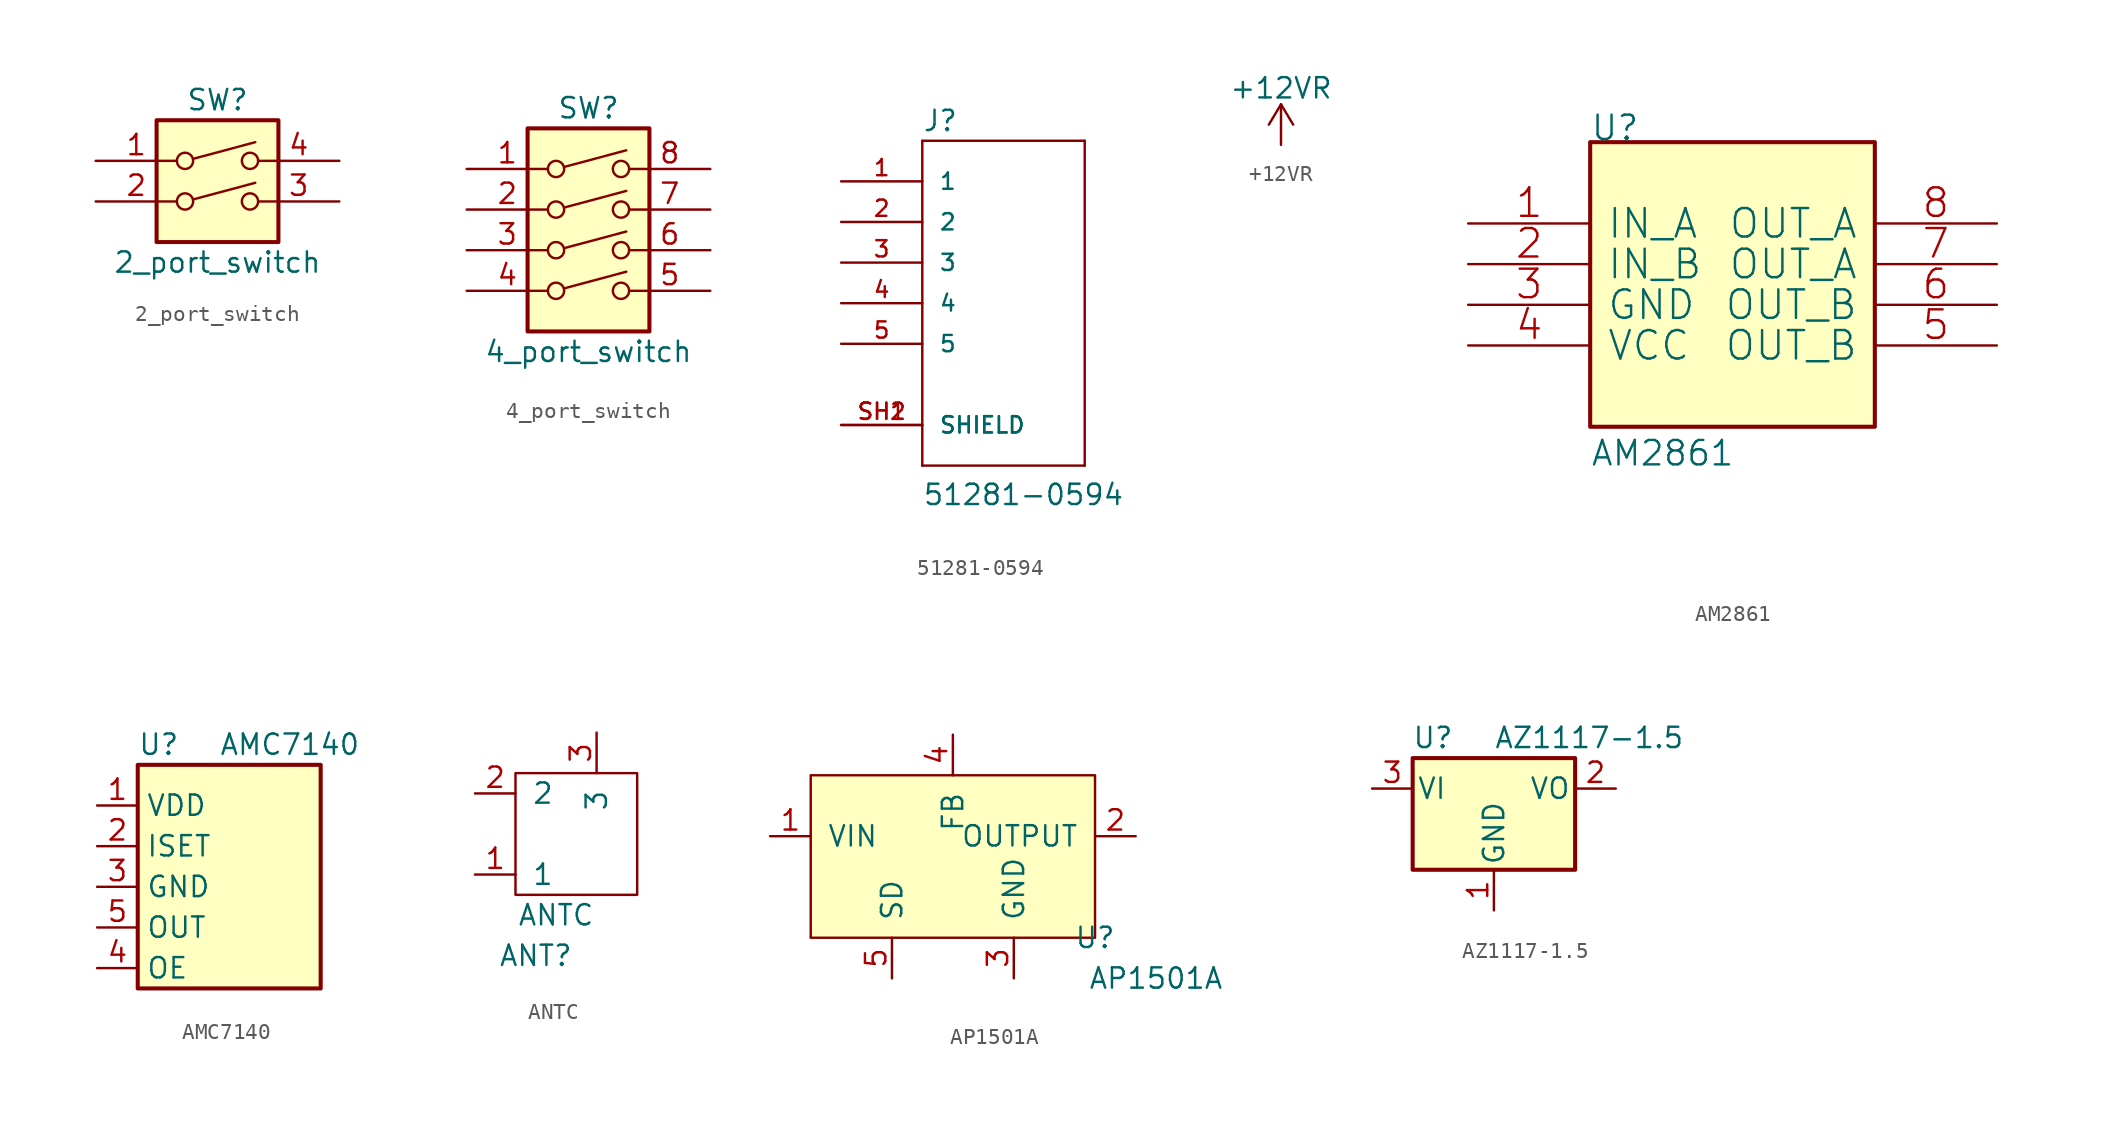
<source format=kicad_sym>
(kicad_symbol_lib
  (version 20201005)
  (generator kicad_symbol_editor)
  (symbol "mSchLibrary:2_port_switch"
    (pin_names
      (offset 0) hide)
    (property "Reference" "SW"
      (at 0 6.35 0)
      (effects (font (size 1.27 1.27))))
    (property "Value" "2_port_switch"
      (at 0 -3.81 0)
      (effects (font (size 1.27 1.27))))
    (symbol "2_port_switch_0_0"
      (circle (center -2.032 0) (radius 0.508) (stroke (width 0)) (fill (type none)))
      (circle (center -2.032 2.54) (radius 0.508) (stroke (width 0)) (fill (type none)))
      (circle (center 2.032 0) (radius 0.508) (stroke (width 0)) (fill (type none)))
      (circle (center 2.032 2.54) (radius 0.508) (stroke (width 0)) (fill (type none)))
      (polyline (pts (xy -1.524 0.127) (xy 2.362 1.168)) (stroke (width 0)) (fill (type none)))
      (polyline (pts (xy -1.524 2.667) (xy 2.362 3.708)) (stroke (width 0)) (fill (type none))))
    (symbol "2_port_switch_0_1"
      (rectangle (start -3.81 5.08) (end 3.81 -2.54) (stroke (width 0.254)) (fill (type background))))
    (symbol "2_port_switch_1_1"
      (pin passive line (at -7.62 2.54 0) (length 5.08) (name "~" (effects (font (size 1.27 1.27)))) (number "1" (effects (font (size 1.27 1.27)))))
      (pin passive line (at -7.62 0 0) (length 5.08) (name "~" (effects (font (size 1.27 1.27)))) (number "2" (effects (font (size 1.27 1.27)))))
      (pin passive line (at 7.62 0 180) (length 5.08) (name "~" (effects (font (size 1.27 1.27)))) (number "3" (effects (font (size 1.27 1.27)))))
      (pin passive line (at 7.62 2.54 180) (length 5.08) (name "~" (effects (font (size 1.27 1.27)))) (number "4" (effects (font (size 1.27 1.27)))))))
  (symbol "mSchLibrary:4_port_switch"
    (pin_names
      (offset 0) hide)
    (property "Reference" "SW"
      (at 0 8.89 0)
      (effects (font (size 1.27 1.27))))
    (property "Value" "4_port_switch"
      (at 0 -6.35 0)
      (effects (font (size 1.27 1.27))))
    (symbol "4_port_switch_0_0"
      (circle (center -2.032 -2.54) (radius 0.508) (stroke (width 0)) (fill (type none)))
      (circle (center -2.032 0) (radius 0.508) (stroke (width 0)) (fill (type none)))
      (circle (center -2.032 2.54) (radius 0.508) (stroke (width 0)) (fill (type none)))
      (circle (center -2.032 5.08) (radius 0.508) (stroke (width 0)) (fill (type none)))
      (circle (center 2.032 -2.54) (radius 0.508) (stroke (width 0)) (fill (type none)))
      (circle (center 2.032 0) (radius 0.508) (stroke (width 0)) (fill (type none)))
      (circle (center 2.032 2.54) (radius 0.508) (stroke (width 0)) (fill (type none)))
      (circle (center 2.032 5.08) (radius 0.508) (stroke (width 0)) (fill (type none)))
      (polyline (pts (xy -1.524 -2.388) (xy 2.362 -1.346)) (stroke (width 0)) (fill (type none)))
      (polyline (pts (xy -1.524 0.127) (xy 2.362 1.168)) (stroke (width 0)) (fill (type none)))
      (polyline (pts (xy -1.524 2.667) (xy 2.362 3.708)) (stroke (width 0)) (fill (type none)))
      (polyline (pts (xy -1.524 5.207) (xy 2.362 6.248)) (stroke (width 0)) (fill (type none))))
    (symbol "4_port_switch_0_1"
      (rectangle (start -3.81 7.62) (end 3.81 -5.08) (stroke (width 0.254)) (fill (type background))))
    (symbol "4_port_switch_1_1"
      (pin passive line (at -7.62 5.08 0) (length 5.08) (name "~" (effects (font (size 1.27 1.27)))) (number "1" (effects (font (size 1.27 1.27)))))
      (pin passive line (at -7.62 2.54 0) (length 5.08) (name "~" (effects (font (size 1.27 1.27)))) (number "2" (effects (font (size 1.27 1.27)))))
      (pin passive line (at -7.62 0 0) (length 5.08) (name "~" (effects (font (size 1.27 1.27)))) (number "3" (effects (font (size 1.27 1.27)))))
      (pin passive line (at -7.62 -2.54 0) (length 5.08) (name "~" (effects (font (size 1.27 1.27)))) (number "4" (effects (font (size 1.27 1.27)))))
      (pin passive line (at 7.62 -2.54 180) (length 5.08) (name "~" (effects (font (size 1.27 1.27)))) (number "5" (effects (font (size 1.27 1.27)))))
      (pin passive line (at 7.62 0 180) (length 5.08) (name "~" (effects (font (size 1.27 1.27)))) (number "6" (effects (font (size 1.27 1.27)))))
      (pin passive line (at 7.62 2.54 180) (length 5.08) (name "~" (effects (font (size 1.27 1.27)))) (number "7" (effects (font (size 1.27 1.27)))))
      (pin passive line (at 7.62 5.08 180) (length 5.08) (name "~" (effects (font (size 1.27 1.27)))) (number "8" (effects (font (size 1.27 1.27)))))))
  (symbol "mSchLibrary:51281-0594"
    (pin_names
      (offset 1.016))
    (property "Reference" "J"
      (at -5.08 10.668 0)
      (effects (font (size 1.27 1.27)) (justify left bottom)))
    (property "Value" "51281-0594"
      (at -5.08 -12.725 0)
      (effects (font (size 1.27 1.27)) (justify left bottom)))
    (property "ki_locked" ""
      (at 0 0 0)
      (effects (font (size 1.27 1.27))))
    (symbol "51281-0594_0_0"
      (polyline (pts (xy -5.08 -10.16) (xy -5.08 10.16)) (stroke (width 0.152)) (fill (type none)))
      (polyline (pts (xy -5.08 10.16) (xy 5.08 10.16)) (stroke (width 0.152)) (fill (type none)))
      (polyline (pts (xy 5.08 -10.16) (xy -5.08 -10.16)) (stroke (width 0.152)) (fill (type none)))
      (polyline (pts (xy 5.08 10.16) (xy 5.08 -10.16)) (stroke (width 0.152)) (fill (type none)))
      (pin passive line (at -10.16 7.62 0) (length 5.08) (name "1" (effects (font (size 1.016 1.016)))) (number "1" (effects (font (size 1.016 1.016)))))
      (pin passive line (at -10.16 5.08 0) (length 5.08) (name "2" (effects (font (size 1.016 1.016)))) (number "2" (effects (font (size 1.016 1.016)))))
      (pin passive line (at -10.16 2.54 0) (length 5.08) (name "3" (effects (font (size 1.016 1.016)))) (number "3" (effects (font (size 1.016 1.016)))))
      (pin passive line (at -10.16 0 0) (length 5.08) (name "4" (effects (font (size 1.016 1.016)))) (number "4" (effects (font (size 1.016 1.016)))))
      (pin passive line (at -10.16 -2.54 0) (length 5.08) (name "5" (effects (font (size 1.016 1.016)))) (number "5" (effects (font (size 1.016 1.016)))))
      (pin passive line (at -10.16 -7.62 0) (length 5.08) (name "SHIELD" (effects (font (size 1.016 1.016)))) (number "SH1" (effects (font (size 1.016 1.016)))))
      (pin passive line (at -10.16 -7.62 0) (length 5.08) (name "SHIELD" (effects (font (size 1.016 1.016)))) (number "SH2" (effects (font (size 1.016 1.016)))))))
  (symbol "mSchLibrary:+12VR"
    (power)
    (pin_names
      (offset 0))
    (property "Reference" "#PWR"
      (at 0 -3.81 0)
      (effects (font (size 1.27 1.27)) hide))
    (property "Value" "+12VR"
      (at 0 3.556 0)
      (effects (font (size 1.27 1.27))))
    (symbol "+12VR_0_1"
      (polyline (pts (xy -0.762 1.27) (xy 0 2.54)) (stroke (width 0)) (fill (type none)))
      (polyline (pts (xy 0 0) (xy 0 2.54)) (stroke (width 0)) (fill (type none)))
      (polyline (pts (xy 0 2.54) (xy 0.762 1.27)) (stroke (width 0)) (fill (type none))))
    (symbol "+12VR_1_1"
      (pin power_in line (at 0 0 90) (length 0) hide (name "+12VR" (effects (font (size 1.27 1.27)))) (number "1" (effects (font (size 1.27 1.27)))))))
  (symbol "mSchLibrary:AM2861"
    (pin_names
      (offset 1.016))
    (property "Reference" "U"
      (at -10.16 25.4 0)
      (effects (font (size 1.524 1.524)) (justify left bottom)))
    (property "Value" "AM2861"
      (at -10.16 5.08 0)
      (effects (font (size 1.524 1.524)) (justify left bottom)))
    (property "Footprint" ""
      (at 0 0 0)
      (effects (font (size 1.524 1.524))))
    (property "Datasheet" ""
      (at 0 0 0)
      (effects (font (size 1.524 1.524))))
    (symbol "AM2861_0_1"
      (rectangle (start -10.16 7.62) (end 7.62 25.4) (stroke (width 0.254)) (fill (type background)))
      (pin passive line (at -17.78 20.32 0) (length 7.62) (name "IN_A" (effects (font (size 1.778 1.778)))) (number "1" (effects (font (size 1.778 1.778)))))
      (pin passive line (at -17.78 17.78 0) (length 7.62) (name "IN_B" (effects (font (size 1.778 1.778)))) (number "2" (effects (font (size 1.778 1.778)))))
      (pin passive line (at -17.78 15.24 0) (length 7.62) (name "GND" (effects (font (size 1.778 1.778)))) (number "3" (effects (font (size 1.778 1.778)))))
      (pin passive line (at -17.78 12.7 0) (length 7.62) (name "VCC" (effects (font (size 1.778 1.778)))) (number "4" (effects (font (size 1.778 1.778)))))
      (pin passive line (at 15.24 12.7 180) (length 7.62) (name "OUT_B" (effects (font (size 1.778 1.778)))) (number "5" (effects (font (size 1.778 1.778)))))
      (pin passive line (at 15.24 15.24 180) (length 7.62) (name "OUT_B" (effects (font (size 1.778 1.778)))) (number "6" (effects (font (size 1.778 1.778)))))
      (pin passive line (at 15.24 17.78 180) (length 7.62) (name "OUT_A" (effects (font (size 1.778 1.778)))) (number "7" (effects (font (size 1.778 1.778)))))
      (pin passive line (at 15.24 20.32 180) (length 7.62) (name "OUT_A" (effects (font (size 1.778 1.778)))) (number "8" (effects (font (size 1.778 1.778)))))))
  (symbol "mSchLibrary:AMC7140"
    (property "Reference" "U"
      (at -5.08 6.35 0)
      (effects (font (size 1.27 1.27)) (justify left)))
    (property "Value" "AMC7140"
      (at 0 6.35 0)
      (effects (font (size 1.27 1.27)) (justify left)))
    (symbol "AMC7140_0_1"
      (rectangle (start -5.08 5.08) (end 6.35 -8.89) (stroke (width 0.254)) (fill (type background))))
    (symbol "AMC7140_1_1"
      (pin power_in line (at -7.62 2.54 0) (length 2.54) (name "VDD" (effects (font (size 1.27 1.27)))) (number "1" (effects (font (size 1.27 1.27)))))
      (pin input line (at -7.62 0 0) (length 2.54) (name "ISET" (effects (font (size 1.27 1.27)))) (number "2" (effects (font (size 1.27 1.27)))))
      (pin power_in line (at -7.62 -2.54 0) (length 2.54) (name "GND" (effects (font (size 1.27 1.27)))) (number "3" (effects (font (size 1.27 1.27)))))
      (pin input line (at -7.62 -7.62 0) (length 2.54) (name "OE" (effects (font (size 1.27 1.27)))) (number "4" (effects (font (size 1.27 1.27)))))
      (pin output line (at -7.62 -5.08 0) (length 2.54) (name "OUT" (effects (font (size 1.27 1.27)))) (number "5" (effects (font (size 1.27 1.27)))))))
  (symbol "mSchLibrary:ANTC"
    (pin_names
      (offset 1.016))
    (property "Reference" "ANT"
      (at -1.27 -7.62 0)
      (effects (font (size 1.27 1.27))))
    (property "Value" "ANTC"
      (at 0 -5.08 0)
      (effects (font (size 1.27 1.27))))
    (symbol "ANTC_0_0"
      (pin unspecified line (at -5.08 -2.54 0) (length 2.54) (name "1" (effects (font (size 1.27 1.27)))) (number "1" (effects (font (size 1.27 1.27)))))
      (pin unspecified line (at -5.08 2.54 0) (length 2.54) (name "2" (effects (font (size 1.27 1.27)))) (number "2" (effects (font (size 1.27 1.27)))))
      (pin unspecified line (at 2.54 6.35 270) (length 2.54) (name "3" (effects (font (size 1.27 1.27)))) (number "3" (effects (font (size 1.27 1.27))))))
    (symbol "ANTC_0_1"
      (rectangle (start -2.54 3.81) (end 5.08 -3.81) (stroke (width 0)) (fill (type none)))))
  (symbol "mSchLibrary:AP1501A"
    (pin_names
      (offset 1.016))
    (property "Reference" "U"
      (at 8.89 -5.08 0)
      (effects (font (size 1.27 1.27))))
    (property "Value" "AP1501A"
      (at 12.7 -7.62 0)
      (effects (font (size 1.27 1.27))))
    (symbol "AP1501A_0_0"
      (pin power_in line (at -11.43 1.27 0) (length 2.54) (name "VIN" (effects (font (size 1.27 1.27)))) (number "1" (effects (font (size 1.27 1.27)))))
      (pin power_out line (at 11.43 1.27 180) (length 2.54) (name "OUTPUT" (effects (font (size 1.27 1.27)))) (number "2" (effects (font (size 1.27 1.27)))))
      (pin power_in line (at 3.81 -7.62 90) (length 2.54) (name "GND" (effects (font (size 1.27 1.27)))) (number "3" (effects (font (size 1.27 1.27)))))
      (pin input line (at 0 7.62 270) (length 2.54) (name "FB" (effects (font (size 1.27 1.27)))) (number "4" (effects (font (size 1.27 1.27)))))
      (pin input line (at -3.81 -7.62 90) (length 2.54) (name "SD" (effects (font (size 1.27 1.27)))) (number "5" (effects (font (size 1.27 1.27))))))
    (symbol "AP1501A_0_1"
      (rectangle (start -8.89 5.08) (end 8.89 -5.08) (stroke (width 0)) (fill (type background)))))
  (symbol "mSchLibrary:AZ1117-1.5"
    (pin_names
      (offset 0.254))
    (property "Reference" "U"
      (at -3.81 3.175 0)
      (effects (font (size 1.27 1.27))))
    (property "Value" "AZ1117-1.5"
      (at 0 3.175 0)
      (effects (font (size 1.27 1.27)) (justify left)))
    (symbol "AZ1117-1.5_0_1"
      (rectangle (start -5.08 1.905) (end 5.08 -5.08) (stroke (width 0.254)) (fill (type background))))
    (symbol "AZ1117-1.5_1_1"
      (pin power_in line (at 0 -7.62 90) (length 2.54) (name "GND" (effects (font (size 1.27 1.27)))) (number "1" (effects (font (size 1.27 1.27)))))
      (pin power_out line (at 7.62 0 180) (length 2.54) (name "VO" (effects (font (size 1.27 1.27)))) (number "2" (effects (font (size 1.27 1.27)))))
      (pin power_in line (at -7.62 0 0) (length 2.54) (name "VI" (effects (font (size 1.27 1.27)))) (number "3" (effects (font (size 1.27 1.27))))))))
</source>
